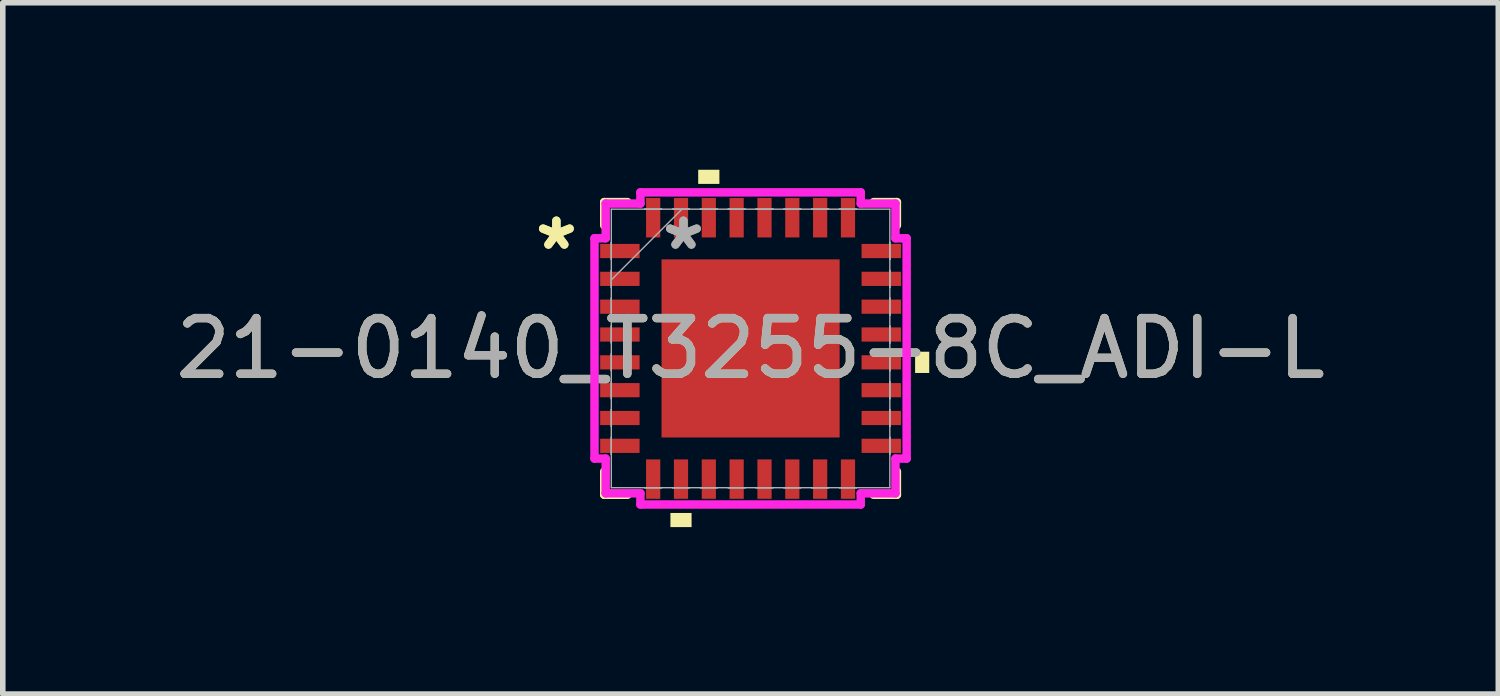
<source format=kicad_pcb>
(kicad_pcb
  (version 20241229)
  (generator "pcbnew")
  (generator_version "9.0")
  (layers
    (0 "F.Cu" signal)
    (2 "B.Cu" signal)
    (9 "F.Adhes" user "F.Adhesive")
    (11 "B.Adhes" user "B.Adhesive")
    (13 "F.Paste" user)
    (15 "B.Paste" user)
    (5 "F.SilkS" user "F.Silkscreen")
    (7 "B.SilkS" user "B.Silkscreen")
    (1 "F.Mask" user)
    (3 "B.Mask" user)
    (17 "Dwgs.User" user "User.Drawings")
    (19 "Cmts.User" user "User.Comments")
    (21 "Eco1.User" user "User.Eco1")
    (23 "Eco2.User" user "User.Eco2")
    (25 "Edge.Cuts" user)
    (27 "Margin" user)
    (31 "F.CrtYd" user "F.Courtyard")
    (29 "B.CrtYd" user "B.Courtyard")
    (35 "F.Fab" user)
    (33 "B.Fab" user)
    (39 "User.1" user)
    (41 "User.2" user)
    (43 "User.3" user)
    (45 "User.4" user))
  (footprint "21-0140_T3255-8C_ADI-L"
    (layer "F.Cu")
    (at 10.435 3.21)
    (property "Reference" "21-0140_T3255-8C_ADI-L" (at 0 0 0) (unlocked yes) (layer "F.SilkS") (effects (font (size 1 1) (thickness 0.15))))
    (attr smd)
    (fp_line (start -2.629 -2.629) (end -2.629 -2.21) (stroke (width 0.152) (type solid)) (layer "F.SilkS"))
    (fp_line (start -2.629 2.21) (end -2.629 2.629) (stroke (width 0.152) (type solid)) (layer "F.SilkS"))
    (fp_line (start -2.629 2.629) (end -2.21 2.629) (stroke (width 0.152) (type solid)) (layer "F.SilkS"))
    (fp_line (start -2.21 -2.629) (end -2.629 -2.629) (stroke (width 0.152) (type solid)) (layer "F.SilkS"))
    (fp_line (start 2.21 2.629) (end 2.629 2.629) (stroke (width 0.152) (type solid)) (layer "F.SilkS"))
    (fp_line (start 2.629 -2.629) (end 2.21 -2.629) (stroke (width 0.152) (type solid)) (layer "F.SilkS"))
    (fp_line (start 2.629 -2.21) (end 2.629 -2.629) (stroke (width 0.152) (type solid)) (layer "F.SilkS"))
    (fp_line (start 2.629 2.629) (end 2.629 2.21) (stroke (width 0.152) (type solid)) (layer "F.SilkS"))
    (fp_poly (pts (xy -1.44 2.956) (xy -1.44 3.21) (xy -1.06 3.21) (xy -1.06 2.956)) (stroke (width 0) (type solid)) (fill yes) (layer "F.SilkS"))
    (fp_poly (pts (xy -0.941 -2.956) (xy -0.941 -3.21) (xy -0.56 -3.21) (xy -0.56 -2.956)) (stroke (width 0) (type solid)) (fill yes) (layer "F.SilkS"))
    (fp_poly (pts (xy 3.21 0.059) (xy 3.21 0.441) (xy 2.956 0.441) (xy 2.956 0.059)) (stroke (width 0) (type solid)) (fill yes) (layer "F.SilkS"))
    (fp_line (start -2.804 -1.979) (end -2.603 -1.979) (stroke (width 0.152) (type solid)) (layer "F.CrtYd"))
    (fp_line (start -2.804 1.979) (end -2.804 -1.979) (stroke (width 0.152) (type solid)) (layer "F.CrtYd"))
    (fp_line (start -2.603 -2.603) (end -1.979 -2.603) (stroke (width 0.152) (type solid)) (layer "F.CrtYd"))
    (fp_line (start -2.603 -1.979) (end -2.603 -2.603) (stroke (width 0.152) (type solid)) (layer "F.CrtYd"))
    (fp_line (start -2.603 1.979) (end -2.804 1.979) (stroke (width 0.152) (type solid)) (layer "F.CrtYd"))
    (fp_line (start -2.603 2.603) (end -2.603 1.979) (stroke (width 0.152) (type solid)) (layer "F.CrtYd"))
    (fp_line (start -1.979 -2.804) (end 1.979 -2.804) (stroke (width 0.152) (type solid)) (layer "F.CrtYd"))
    (fp_line (start -1.979 -2.603) (end -1.979 -2.804) (stroke (width 0.152) (type solid)) (layer "F.CrtYd"))
    (fp_line (start -1.979 2.603) (end -2.603 2.603) (stroke (width 0.152) (type solid)) (layer "F.CrtYd"))
    (fp_line (start -1.979 2.804) (end -1.979 2.603) (stroke (width 0.152) (type solid)) (layer "F.CrtYd"))
    (fp_line (start 1.979 -2.804) (end 1.979 -2.603) (stroke (width 0.152) (type solid)) (layer "F.CrtYd"))
    (fp_line (start 1.979 -2.603) (end 2.603 -2.603) (stroke (width 0.152) (type solid)) (layer "F.CrtYd"))
    (fp_line (start 1.979 2.603) (end 1.979 2.804) (stroke (width 0.152) (type solid)) (layer "F.CrtYd"))
    (fp_line (start 1.979 2.804) (end -1.979 2.804) (stroke (width 0.152) (type solid)) (layer "F.CrtYd"))
    (fp_line (start 2.603 -2.603) (end 2.603 -1.979) (stroke (width 0.152) (type solid)) (layer "F.CrtYd"))
    (fp_line (start 2.603 -1.979) (end 2.804 -1.979) (stroke (width 0.152) (type solid)) (layer "F.CrtYd"))
    (fp_line (start 2.603 1.979) (end 2.603 2.603) (stroke (width 0.152) (type solid)) (layer "F.CrtYd"))
    (fp_line (start 2.603 2.603) (end 1.979 2.603) (stroke (width 0.152) (type solid)) (layer "F.CrtYd"))
    (fp_line (start 2.804 -1.979) (end 2.804 1.979) (stroke (width 0.152) (type solid)) (layer "F.CrtYd"))
    (fp_line (start 2.804 1.979) (end 2.603 1.979) (stroke (width 0.152) (type solid)) (layer "F.CrtYd"))
    (fp_line (start -2.502 -2.502) (end -2.502 2.502) (stroke (width 0.025) (type solid)) (layer "F.Fab"))
    (fp_line (start -2.502 -1.902) (end -2.502 -1.902) (stroke (width 0.025) (type solid)) (layer "F.Fab"))
    (fp_line (start -2.502 -1.902) (end -2.502 -1.598) (stroke (width 0.025) (type solid)) (layer "F.Fab"))
    (fp_line (start -2.502 -1.598) (end -2.502 -1.902) (stroke (width 0.025) (type solid)) (layer "F.Fab"))
    (fp_line (start -2.502 -1.598) (end -2.502 -1.598) (stroke (width 0.025) (type solid)) (layer "F.Fab"))
    (fp_line (start -2.502 -1.402) (end -2.502 -1.402) (stroke (width 0.025) (type solid)) (layer "F.Fab"))
    (fp_line (start -2.502 -1.402) (end -2.502 -1.098) (stroke (width 0.025) (type solid)) (layer "F.Fab"))
    (fp_line (start -2.502 -1.232) (end -1.232 -2.502) (stroke (width 0.025) (type solid)) (layer "F.Fab"))
    (fp_line (start -2.502 -1.098) (end -2.502 -1.402) (stroke (width 0.025) (type solid)) (layer "F.Fab"))
    (fp_line (start -2.502 -1.098) (end -2.502 -1.098) (stroke (width 0.025) (type solid)) (layer "F.Fab"))
    (fp_line (start -2.502 -0.902) (end -2.502 -0.902) (stroke (width 0.025) (type solid)) (layer "F.Fab"))
    (fp_line (start -2.502 -0.902) (end -2.502 -0.598) (stroke (width 0.025) (type solid)) (layer "F.Fab"))
    (fp_line (start -2.502 -0.598) (end -2.502 -0.902) (stroke (width 0.025) (type solid)) (layer "F.Fab"))
    (fp_line (start -2.502 -0.598) (end -2.502 -0.598) (stroke (width 0.025) (type solid)) (layer "F.Fab"))
    (fp_line (start -2.502 -0.402) (end -2.502 -0.402) (stroke (width 0.025) (type solid)) (layer "F.Fab"))
    (fp_line (start -2.502 -0.402) (end -2.502 -0.098) (stroke (width 0.025) (type solid)) (layer "F.Fab"))
    (fp_line (start -2.502 -0.098) (end -2.502 -0.402) (stroke (width 0.025) (type solid)) (layer "F.Fab"))
    (fp_line (start -2.502 -0.098) (end -2.502 -0.098) (stroke (width 0.025) (type solid)) (layer "F.Fab"))
    (fp_line (start -2.502 0.098) (end -2.502 0.098) (stroke (width 0.025) (type solid)) (layer "F.Fab"))
    (fp_line (start -2.502 0.098) (end -2.502 0.402) (stroke (width 0.025) (type solid)) (layer "F.Fab"))
    (fp_line (start -2.502 0.402) (end -2.502 0.098) (stroke (width 0.025) (type solid)) (layer "F.Fab"))
    (fp_line (start -2.502 0.402) (end -2.502 0.402) (stroke (width 0.025) (type solid)) (layer "F.Fab"))
    (fp_line (start -2.502 0.598) (end -2.502 0.598) (stroke (width 0.025) (type solid)) (layer "F.Fab"))
    (fp_line (start -2.502 0.598) (end -2.502 0.902) (stroke (width 0.025) (type solid)) (layer "F.Fab"))
    (fp_line (start -2.502 0.902) (end -2.502 0.598) (stroke (width 0.025) (type solid)) (layer "F.Fab"))
    (fp_line (start -2.502 0.902) (end -2.502 0.902) (stroke (width 0.025) (type solid)) (layer "F.Fab"))
    (fp_line (start -2.502 1.098) (end -2.502 1.098) (stroke (width 0.025) (type solid)) (layer "F.Fab"))
    (fp_line (start -2.502 1.098) (end -2.502 1.402) (stroke (width 0.025) (type solid)) (layer "F.Fab"))
    (fp_line (start -2.502 1.402) (end -2.502 1.098) (stroke (width 0.025) (type solid)) (layer "F.Fab"))
    (fp_line (start -2.502 1.402) (end -2.502 1.402) (stroke (width 0.025) (type solid)) (layer "F.Fab"))
    (fp_line (start -2.502 1.598) (end -2.502 1.598) (stroke (width 0.025) (type solid)) (layer "F.Fab"))
    (fp_line (start -2.502 1.598) (end -2.502 1.902) (stroke (width 0.025) (type solid)) (layer "F.Fab"))
    (fp_line (start -2.502 1.902) (end -2.502 1.598) (stroke (width 0.025) (type solid)) (layer "F.Fab"))
    (fp_line (start -2.502 1.902) (end -2.502 1.902) (stroke (width 0.025) (type solid)) (layer "F.Fab"))
    (fp_line (start -2.502 2.502) (end 2.502 2.502) (stroke (width 0.025) (type solid)) (layer "F.Fab"))
    (fp_line (start -1.902 -2.502) (end -1.902 -2.502) (stroke (width 0.025) (type solid)) (layer "F.Fab"))
    (fp_line (start -1.902 -2.502) (end -1.598 -2.502) (stroke (width 0.025) (type solid)) (layer "F.Fab"))
    (fp_line (start -1.902 2.502) (end -1.902 2.502) (stroke (width 0.025) (type solid)) (layer "F.Fab"))
    (fp_line (start -1.902 2.502) (end -1.598 2.502) (stroke (width 0.025) (type solid)) (layer "F.Fab"))
    (fp_line (start -1.598 -2.502) (end -1.902 -2.502) (stroke (width 0.025) (type solid)) (layer "F.Fab"))
    (fp_line (start -1.598 -2.502) (end -1.598 -2.502) (stroke (width 0.025) (type solid)) (layer "F.Fab"))
    (fp_line (start -1.598 2.502) (end -1.902 2.502) (stroke (width 0.025) (type solid)) (layer "F.Fab"))
    (fp_line (start -1.598 2.502) (end -1.598 2.502) (stroke (width 0.025) (type solid)) (layer "F.Fab"))
    (fp_line (start -1.402 -2.502) (end -1.402 -2.502) (stroke (width 0.025) (type solid)) (layer "F.Fab"))
    (fp_line (start -1.402 -2.502) (end -1.098 -2.502) (stroke (width 0.025) (type solid)) (layer "F.Fab"))
    (fp_line (start -1.402 2.502) (end -1.402 2.502) (stroke (width 0.025) (type solid)) (layer "F.Fab"))
    (fp_line (start -1.402 2.502) (end -1.098 2.502) (stroke (width 0.025) (type solid)) (layer "F.Fab"))
    (fp_line (start -1.098 -2.502) (end -1.402 -2.502) (stroke (width 0.025) (type solid)) (layer "F.Fab"))
    (fp_line (start -1.098 -2.502) (end -1.098 -2.502) (stroke (width 0.025) (type solid)) (layer "F.Fab"))
    (fp_line (start -1.098 2.502) (end -1.402 2.502) (stroke (width 0.025) (type solid)) (layer "F.Fab"))
    (fp_line (start -1.098 2.502) (end -1.098 2.502) (stroke (width 0.025) (type solid)) (layer "F.Fab"))
    (fp_line (start -0.902 -2.502) (end -0.902 -2.502) (stroke (width 0.025) (type solid)) (layer "F.Fab"))
    (fp_line (start -0.902 -2.502) (end -0.598 -2.502) (stroke (width 0.025) (type solid)) (layer "F.Fab"))
    (fp_line (start -0.902 2.502) (end -0.902 2.502) (stroke (width 0.025) (type solid)) (layer "F.Fab"))
    (fp_line (start -0.902 2.502) (end -0.598 2.502) (stroke (width 0.025) (type solid)) (layer "F.Fab"))
    (fp_line (start -0.598 -2.502) (end -0.902 -2.502) (stroke (width 0.025) (type solid)) (layer "F.Fab"))
    (fp_line (start -0.598 -2.502) (end -0.598 -2.502) (stroke (width 0.025) (type solid)) (layer "F.Fab"))
    (fp_line (start -0.598 2.502) (end -0.902 2.502) (stroke (width 0.025) (type solid)) (layer "F.Fab"))
    (fp_line (start -0.598 2.502) (end -0.598 2.502) (stroke (width 0.025) (type solid)) (layer "F.Fab"))
    (fp_line (start -0.402 -2.502) (end -0.402 -2.502) (stroke (width 0.025) (type solid)) (layer "F.Fab"))
    (fp_line (start -0.402 -2.502) (end -0.098 -2.502) (stroke (width 0.025) (type solid)) (layer "F.Fab"))
    (fp_line (start -0.402 2.502) (end -0.402 2.502) (stroke (width 0.025) (type solid)) (layer "F.Fab"))
    (fp_line (start -0.402 2.502) (end -0.098 2.502) (stroke (width 0.025) (type solid)) (layer "F.Fab"))
    (fp_line (start -0.098 -2.502) (end -0.402 -2.502) (stroke (width 0.025) (type solid)) (layer "F.Fab"))
    (fp_line (start -0.098 -2.502) (end -0.098 -2.502) (stroke (width 0.025) (type solid)) (layer "F.Fab"))
    (fp_line (start -0.098 2.502) (end -0.402 2.502) (stroke (width 0.025) (type solid)) (layer "F.Fab"))
    (fp_line (start -0.098 2.502) (end -0.098 2.502) (stroke (width 0.025) (type solid)) (layer "F.Fab"))
    (fp_line (start 0.098 -2.502) (end 0.098 -2.502) (stroke (width 0.025) (type solid)) (layer "F.Fab"))
    (fp_line (start 0.098 -2.502) (end 0.402 -2.502) (stroke (width 0.025) (type solid)) (layer "F.Fab"))
    (fp_line (start 0.098 2.502) (end 0.098 2.502) (stroke (width 0.025) (type solid)) (layer "F.Fab"))
    (fp_line (start 0.098 2.502) (end 0.402 2.502) (stroke (width 0.025) (type solid)) (layer "F.Fab"))
    (fp_line (start 0.402 -2.502) (end 0.098 -2.502) (stroke (width 0.025) (type solid)) (layer "F.Fab"))
    (fp_line (start 0.402 -2.502) (end 0.402 -2.502) (stroke (width 0.025) (type solid)) (layer "F.Fab"))
    (fp_line (start 0.402 2.502) (end 0.098 2.502) (stroke (width 0.025) (type solid)) (layer "F.Fab"))
    (fp_line (start 0.402 2.502) (end 0.402 2.502) (stroke (width 0.025) (type solid)) (layer "F.Fab"))
    (fp_line (start 0.598 -2.502) (end 0.598 -2.502) (stroke (width 0.025) (type solid)) (layer "F.Fab"))
    (fp_line (start 0.598 -2.502) (end 0.902 -2.502) (stroke (width 0.025) (type solid)) (layer "F.Fab"))
    (fp_line (start 0.598 2.502) (end 0.598 2.502) (stroke (width 0.025) (type solid)) (layer "F.Fab"))
    (fp_line (start 0.598 2.502) (end 0.902 2.502) (stroke (width 0.025) (type solid)) (layer "F.Fab"))
    (fp_line (start 0.902 -2.502) (end 0.598 -2.502) (stroke (width 0.025) (type solid)) (layer "F.Fab"))
    (fp_line (start 0.902 -2.502) (end 0.902 -2.502) (stroke (width 0.025) (type solid)) (layer "F.Fab"))
    (fp_line (start 0.902 2.502) (end 0.598 2.502) (stroke (width 0.025) (type solid)) (layer "F.Fab"))
    (fp_line (start 0.902 2.502) (end 0.902 2.502) (stroke (width 0.025) (type solid)) (layer "F.Fab"))
    (fp_line (start 1.098 -2.502) (end 1.098 -2.502) (stroke (width 0.025) (type solid)) (layer "F.Fab"))
    (fp_line (start 1.098 -2.502) (end 1.402 -2.502) (stroke (width 0.025) (type solid)) (layer "F.Fab"))
    (fp_line (start 1.098 2.502) (end 1.098 2.502) (stroke (width 0.025) (type solid)) (layer "F.Fab"))
    (fp_line (start 1.098 2.502) (end 1.402 2.502) (stroke (width 0.025) (type solid)) (layer "F.Fab"))
    (fp_line (start 1.402 -2.502) (end 1.098 -2.502) (stroke (width 0.025) (type solid)) (layer "F.Fab"))
    (fp_line (start 1.402 -2.502) (end 1.402 -2.502) (stroke (width 0.025) (type solid)) (layer "F.Fab"))
    (fp_line (start 1.402 2.502) (end 1.098 2.502) (stroke (width 0.025) (type solid)) (layer "F.Fab"))
    (fp_line (start 1.402 2.502) (end 1.402 2.502) (stroke (width 0.025) (type solid)) (layer "F.Fab"))
    (fp_line (start 1.598 -2.502) (end 1.598 -2.502) (stroke (width 0.025) (type solid)) (layer "F.Fab"))
    (fp_line (start 1.598 -2.502) (end 1.902 -2.502) (stroke (width 0.025) (type solid)) (layer "F.Fab"))
    (fp_line (start 1.598 2.502) (end 1.598 2.502) (stroke (width 0.025) (type solid)) (layer "F.Fab"))
    (fp_line (start 1.598 2.502) (end 1.902 2.502) (stroke (width 0.025) (type solid)) (layer "F.Fab"))
    (fp_line (start 1.902 -2.502) (end 1.598 -2.502) (stroke (width 0.025) (type solid)) (layer "F.Fab"))
    (fp_line (start 1.902 -2.502) (end 1.902 -2.502) (stroke (width 0.025) (type solid)) (layer "F.Fab"))
    (fp_line (start 1.902 2.502) (end 1.598 2.502) (stroke (width 0.025) (type solid)) (layer "F.Fab"))
    (fp_line (start 1.902 2.502) (end 1.902 2.502) (stroke (width 0.025) (type solid)) (layer "F.Fab"))
    (fp_line (start 2.502 -2.502) (end -2.502 -2.502) (stroke (width 0.025) (type solid)) (layer "F.Fab"))
    (fp_line (start 2.502 -1.902) (end 2.502 -1.902) (stroke (width 0.025) (type solid)) (layer "F.Fab"))
    (fp_line (start 2.502 -1.902) (end 2.502 -1.598) (stroke (width 0.025) (type solid)) (layer "F.Fab"))
    (fp_line (start 2.502 -1.598) (end 2.502 -1.902) (stroke (width 0.025) (type solid)) (layer "F.Fab"))
    (fp_line (start 2.502 -1.598) (end 2.502 -1.598) (stroke (width 0.025) (type solid)) (layer "F.Fab"))
    (fp_line (start 2.502 -1.402) (end 2.502 -1.402) (stroke (width 0.025) (type solid)) (layer "F.Fab"))
    (fp_line (start 2.502 -1.402) (end 2.502 -1.098) (stroke (width 0.025) (type solid)) (layer "F.Fab"))
    (fp_line (start 2.502 -1.098) (end 2.502 -1.402) (stroke (width 0.025) (type solid)) (layer "F.Fab"))
    (fp_line (start 2.502 -1.098) (end 2.502 -1.098) (stroke (width 0.025) (type solid)) (layer "F.Fab"))
    (fp_line (start 2.502 -0.902) (end 2.502 -0.902) (stroke (width 0.025) (type solid)) (layer "F.Fab"))
    (fp_line (start 2.502 -0.902) (end 2.502 -0.598) (stroke (width 0.025) (type solid)) (layer "F.Fab"))
    (fp_line (start 2.502 -0.598) (end 2.502 -0.902) (stroke (width 0.025) (type solid)) (layer "F.Fab"))
    (fp_line (start 2.502 -0.598) (end 2.502 -0.598) (stroke (width 0.025) (type solid)) (layer "F.Fab"))
    (fp_line (start 2.502 -0.402) (end 2.502 -0.402) (stroke (width 0.025) (type solid)) (layer "F.Fab"))
    (fp_line (start 2.502 -0.402) (end 2.502 -0.098) (stroke (width 0.025) (type solid)) (layer "F.Fab"))
    (fp_line (start 2.502 -0.098) (end 2.502 -0.402) (stroke (width 0.025) (type solid)) (layer "F.Fab"))
    (fp_line (start 2.502 -0.098) (end 2.502 -0.098) (stroke (width 0.025) (type solid)) (layer "F.Fab"))
    (fp_line (start 2.502 0.098) (end 2.502 0.098) (stroke (width 0.025) (type solid)) (layer "F.Fab"))
    (fp_line (start 2.502 0.098) (end 2.502 0.402) (stroke (width 0.025) (type solid)) (layer "F.Fab"))
    (fp_line (start 2.502 0.402) (end 2.502 0.098) (stroke (width 0.025) (type solid)) (layer "F.Fab"))
    (fp_line (start 2.502 0.402) (end 2.502 0.402) (stroke (width 0.025) (type solid)) (layer "F.Fab"))
    (fp_line (start 2.502 0.598) (end 2.502 0.598) (stroke (width 0.025) (type solid)) (layer "F.Fab"))
    (fp_line (start 2.502 0.598) (end 2.502 0.902) (stroke (width 0.025) (type solid)) (layer "F.Fab"))
    (fp_line (start 2.502 0.902) (end 2.502 0.598) (stroke (width 0.025) (type solid)) (layer "F.Fab"))
    (fp_line (start 2.502 0.902) (end 2.502 0.902) (stroke (width 0.025) (type solid)) (layer "F.Fab"))
    (fp_line (start 2.502 1.098) (end 2.502 1.098) (stroke (width 0.025) (type solid)) (layer "F.Fab"))
    (fp_line (start 2.502 1.098) (end 2.502 1.402) (stroke (width 0.025) (type solid)) (layer "F.Fab"))
    (fp_line (start 2.502 1.402) (end 2.502 1.098) (stroke (width 0.025) (type solid)) (layer "F.Fab"))
    (fp_line (start 2.502 1.402) (end 2.502 1.402) (stroke (width 0.025) (type solid)) (layer "F.Fab"))
    (fp_line (start 2.502 1.598) (end 2.502 1.598) (stroke (width 0.025) (type solid)) (layer "F.Fab"))
    (fp_line (start 2.502 1.598) (end 2.502 1.902) (stroke (width 0.025) (type solid)) (layer "F.Fab"))
    (fp_line (start 2.502 1.902) (end 2.502 1.598) (stroke (width 0.025) (type solid)) (layer "F.Fab"))
    (fp_line (start 2.502 1.902) (end 2.502 1.902) (stroke (width 0.025) (type solid)) (layer "F.Fab"))
    (fp_line (start 2.502 2.502) (end 2.502 -2.502) (stroke (width 0.025) (type solid)) (layer "F.Fab"))
    (fp_text user "*" (at -3.489 -1.75 0) (layer "F.SilkS") (effects (font (size 1 1) (thickness 0.15))))
    (fp_text user "*" (at -3.489 -1.75 0) (unlocked yes) (layer "F.SilkS") (effects (font (size 1 1) (thickness 0.15))))
    (fp_text user "*" (at -1.206 -1.75 0) (unlocked yes) (layer "F.Fab") (effects (font (size 1 1) (thickness 0.15))))
    (fp_text user "${REFERENCE}" (at 0 0 0) (unlocked yes) (layer "F.Fab") (effects (font (size 1 1) (thickness 0.15))))
    (fp_text user "*" (at -1.206 -1.75 0) (layer "F.Fab") (effects (font (size 1 1) (thickness 0.15))))
    (pad "1" smd rect (at -2.348 -1.75 90) (size 0.255 0.708) (layers "F.Cu" "F.Mask" "F.Paste"))
    (pad "2" smd rect (at -2.348 -1.25 90) (size 0.255 0.708) (layers "F.Cu" "F.Mask" "F.Paste"))
    (pad "3" smd rect (at -2.348 -0.75 90) (size 0.255 0.708) (layers "F.Cu" "F.Mask" "F.Paste"))
    (pad "4" smd rect (at -2.348 -0.25 90) (size 0.255 0.708) (layers "F.Cu" "F.Mask" "F.Paste"))
    (pad "5" smd rect (at -2.348 0.25 90) (size 0.255 0.708) (layers "F.Cu" "F.Mask" "F.Paste"))
    (pad "6" smd rect (at -2.348 0.75 90) (size 0.255 0.708) (layers "F.Cu" "F.Mask" "F.Paste"))
    (pad "7" smd rect (at -2.348 1.25 90) (size 0.255 0.708) (layers "F.Cu" "F.Mask" "F.Paste"))
    (pad "8" smd rect (at -2.348 1.75 90) (size 0.255 0.708) (layers "F.Cu" "F.Mask" "F.Paste"))
    (pad "9" smd rect (at -1.75 2.348) (size 0.255 0.708) (layers "F.Cu" "F.Mask" "F.Paste"))
    (pad "10" smd rect (at -1.25 2.348) (size 0.255 0.708) (layers "F.Cu" "F.Mask" "F.Paste"))
    (pad "11" smd rect (at -0.75 2.348) (size 0.255 0.708) (layers "F.Cu" "F.Mask" "F.Paste"))
    (pad "12" smd rect (at -0.25 2.348) (size 0.255 0.708) (layers "F.Cu" "F.Mask" "F.Paste"))
    (pad "13" smd rect (at 0.25 2.348) (size 0.255 0.708) (layers "F.Cu" "F.Mask" "F.Paste"))
    (pad "14" smd rect (at 0.75 2.348) (size 0.255 0.708) (layers "F.Cu" "F.Mask" "F.Paste"))
    (pad "15" smd rect (at 1.25 2.348) (size 0.255 0.708) (layers "F.Cu" "F.Mask" "F.Paste"))
    (pad "16" smd rect (at 1.75 2.348) (size 0.255 0.708) (layers "F.Cu" "F.Mask" "F.Paste"))
    (pad "17" smd rect (at 2.348 1.75 90) (size 0.255 0.708) (layers "F.Cu" "F.Mask" "F.Paste"))
    (pad "18" smd rect (at 2.348 1.25 90) (size 0.255 0.708) (layers "F.Cu" "F.Mask" "F.Paste"))
    (pad "19" smd rect (at 2.348 0.75 90) (size 0.255 0.708) (layers "F.Cu" "F.Mask" "F.Paste"))
    (pad "20" smd rect (at 2.348 0.25 90) (size 0.255 0.708) (layers "F.Cu" "F.Mask" "F.Paste"))
    (pad "21" smd rect (at 2.348 -0.25 90) (size 0.255 0.708) (layers "F.Cu" "F.Mask" "F.Paste"))
    (pad "22" smd rect (at 2.348 -0.75 90) (size 0.255 0.708) (layers "F.Cu" "F.Mask" "F.Paste"))
    (pad "23" smd rect (at 2.348 -1.25 90) (size 0.255 0.708) (layers "F.Cu" "F.Mask" "F.Paste"))
    (pad "24" smd rect (at 2.348 -1.75 90) (size 0.255 0.708) (layers "F.Cu" "F.Mask" "F.Paste"))
    (pad "25" smd rect (at 1.75 -2.348) (size 0.255 0.708) (layers "F.Cu" "F.Mask" "F.Paste"))
    (pad "26" smd rect (at 1.25 -2.348) (size 0.255 0.708) (layers "F.Cu" "F.Mask" "F.Paste"))
    (pad "27" smd rect (at 0.75 -2.348) (size 0.255 0.708) (layers "F.Cu" "F.Mask" "F.Paste"))
    (pad "28" smd rect (at 0.25 -2.348) (size 0.255 0.708) (layers "F.Cu" "F.Mask" "F.Paste"))
    (pad "29" smd rect (at -0.25 -2.348) (size 0.255 0.708) (layers "F.Cu" "F.Mask" "F.Paste"))
    (pad "30" smd rect (at -0.75 -2.348) (size 0.255 0.708) (layers "F.Cu" "F.Mask" "F.Paste"))
    (pad "31" smd rect (at -1.25 -2.348) (size 0.255 0.708) (layers "F.Cu" "F.Mask" "F.Paste"))
    (pad "32" smd rect (at -1.75 -2.348) (size 0.255 0.708) (layers "F.Cu" "F.Mask" "F.Paste"))
    (pad "33" smd rect (at 0 0) (size 3.2 3.2) (layers "F.Cu" "F.Mask" "F.Paste")))
  (gr_rect
    (start -3 -3)
    (end 23.869 9.42)
    (stroke (width 0.1) (type default))
    (fill no)
    (layer "Edge.Cuts")))
</source>
